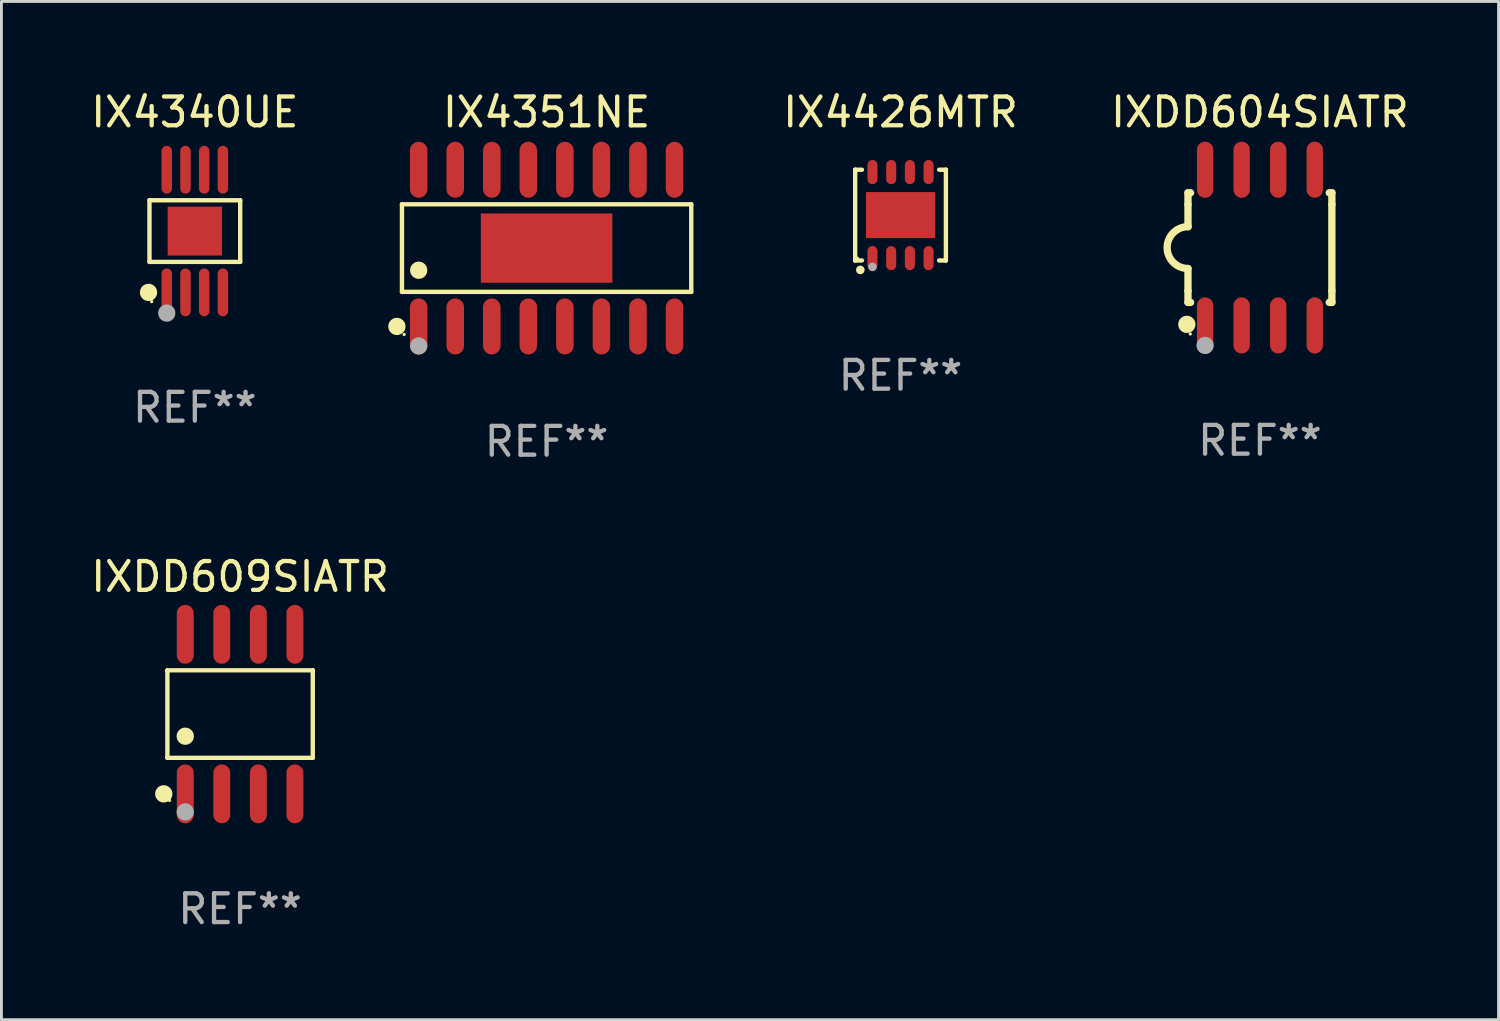
<source format=kicad_pcb>
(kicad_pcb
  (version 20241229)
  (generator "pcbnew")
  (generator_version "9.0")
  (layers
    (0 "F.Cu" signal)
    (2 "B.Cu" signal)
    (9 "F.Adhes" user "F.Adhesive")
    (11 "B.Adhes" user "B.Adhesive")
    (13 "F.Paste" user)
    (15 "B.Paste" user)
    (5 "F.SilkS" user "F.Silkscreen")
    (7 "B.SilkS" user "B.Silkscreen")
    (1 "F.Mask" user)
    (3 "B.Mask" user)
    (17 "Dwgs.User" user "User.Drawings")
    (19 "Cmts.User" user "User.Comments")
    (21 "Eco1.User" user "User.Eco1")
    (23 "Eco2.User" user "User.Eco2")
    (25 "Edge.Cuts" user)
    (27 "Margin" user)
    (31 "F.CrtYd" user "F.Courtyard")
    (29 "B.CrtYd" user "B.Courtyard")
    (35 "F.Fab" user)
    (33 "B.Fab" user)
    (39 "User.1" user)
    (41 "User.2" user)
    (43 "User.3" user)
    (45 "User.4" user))
  (footprint "IX4426MTR"
    (layer "F.Cu")
    (at 28.241 4.424)
    (property "Reference" "IX4426MTR" (at 0 -3.576 0) (layer "F.SilkS") (effects (font (size 1 1) (thickness 0.15))))
    (attr through_hole)
    (fp_line (start -1.576 -1.576) (end -1.576 -1.576) (stroke (width 0.152) (type solid)) (layer "F.SilkS"))
    (fp_line (start -1.576 -1.576) (end -1.341 -1.576) (stroke (width 0.152) (type solid)) (layer "F.SilkS"))
    (fp_line (start -1.576 1.576) (end -1.576 -1.576) (stroke (width 0.152) (type solid)) (layer "F.SilkS"))
    (fp_line (start -1.576 1.576) (end -1.576 1.576) (stroke (width 0.152) (type solid)) (layer "F.SilkS"))
    (fp_line (start -1.341 1.576) (end -1.576 1.576) (stroke (width 0.152) (type solid)) (layer "F.SilkS"))
    (fp_line (start 1.341 1.576) (end 1.576 1.576) (stroke (width 0.152) (type solid)) (layer "F.SilkS"))
    (fp_line (start 1.576 -1.576) (end 1.341 -1.576) (stroke (width 0.152) (type solid)) (layer "F.SilkS"))
    (fp_line (start 1.576 -1.576) (end 1.576 -1.576) (stroke (width 0.152) (type solid)) (layer "F.SilkS"))
    (fp_line (start 1.576 1.576) (end 1.576 -1.576) (stroke (width 0.152) (type solid)) (layer "F.SilkS"))
    (fp_line (start 1.576 1.576) (end 1.576 1.576) (stroke (width 0.152) (type solid)) (layer "F.SilkS"))
    (fp_circle (center -1.5 1.5) (end -1.47 1.5) (stroke (width 0.06) (type solid)) (fill no) (layer "F.SilkS"))
    (fp_circle (center -1.397 1.905) (end -1.322 1.905) (stroke (width 0.15) (type solid)) (fill no) (layer "F.SilkS"))
    (fp_circle (center -0.975 1.8) (end -0.9 1.8) (stroke (width 0.15) (type solid)) (fill no) (layer "F.Fab"))
    (fp_text user "REF**" (at 0 5.576 0) (layer "F.Fab") (effects (font (size 1 1) (thickness 0.15))))
    (pad "1" smd oval (at -0.975 1.495) (size 0.35 0.84) (layers "F.Cu" "F.Mask" "F.Paste"))
    (pad "2" smd oval (at -0.325 1.495) (size 0.35 0.84) (layers "F.Cu" "F.Mask" "F.Paste"))
    (pad "3" smd oval (at 0.325 1.495) (size 0.35 0.84) (layers "F.Cu" "F.Mask" "F.Paste"))
    (pad "4" smd oval (at 0.975 1.495) (size 0.35 0.84) (layers "F.Cu" "F.Mask" "F.Paste"))
    (pad "5" smd oval (at 0.975 -1.495) (size 0.35 0.84) (layers "F.Cu" "F.Mask" "F.Paste"))
    (pad "6" smd oval (at 0.325 -1.495) (size 0.35 0.84) (layers "F.Cu" "F.Mask" "F.Paste"))
    (pad "7" smd oval (at -0.325 -1.495) (size 0.35 0.84) (layers "F.Cu" "F.Mask" "F.Paste"))
    (pad "8" smd oval (at -0.975 -1.495) (size 0.35 0.84) (layers "F.Cu" "F.Mask" "F.Paste"))
    (pad "9" smd rect (at 0 0) (size 2.4 1.6) (layers "F.Cu" "F.Mask" "F.Paste")))
  (footprint "IXDD609SIATR"
    (layer "F.Cu")
    (at 5.292 21.762)
    (property "Reference" "IXDD609SIATR" (at 0 -4.772 0) (layer "F.SilkS") (effects (font (size 1 1) (thickness 0.15))))
    (attr through_hole)
    (fp_line (start -2.526 -1.521) (end 2.526 -1.521) (stroke (width 0.152) (type solid)) (layer "F.SilkS"))
    (fp_line (start -2.526 1.521) (end -2.526 -1.521) (stroke (width 0.152) (type solid)) (layer "F.SilkS"))
    (fp_line (start 2.526 -1.521) (end 2.526 1.521) (stroke (width 0.152) (type solid)) (layer "F.SilkS"))
    (fp_line (start 2.526 1.521) (end -2.526 1.521) (stroke (width 0.152) (type solid)) (layer "F.SilkS"))
    (fp_circle (center -2.652 2.772) (end -2.501 2.772) (stroke (width 0.3) (type solid)) (fill no) (layer "F.SilkS"))
    (fp_circle (center -2.45 3) (end -2.42 3) (stroke (width 0.06) (type solid)) (fill no) (layer "F.SilkS"))
    (fp_circle (center -1.905 0.769) (end -1.755 0.769) (stroke (width 0.3) (type solid)) (fill no) (layer "F.SilkS"))
    (fp_circle (center -1.905 3.4) (end -1.755 3.4) (stroke (width 0.3) (type solid)) (fill no) (layer "F.Fab"))
    (fp_text user "REF**" (at 0 6.772 0) (layer "F.Fab") (effects (font (size 1 1) (thickness 0.15))))
    (pad "1" smd oval (at -1.905 2.772) (size 0.588 2.045) (layers "F.Cu" "F.Mask" "F.Paste"))
    (pad "2" smd oval (at -0.635 2.772) (size 0.588 2.045) (layers "F.Cu" "F.Mask" "F.Paste"))
    (pad "3" smd oval (at 0.635 2.772) (size 0.588 2.045) (layers "F.Cu" "F.Mask" "F.Paste"))
    (pad "4" smd oval (at 1.905 2.772) (size 0.588 2.045) (layers "F.Cu" "F.Mask" "F.Paste"))
    (pad "5" smd oval (at 1.905 -2.772) (size 0.588 2.045) (layers "F.Cu" "F.Mask" "F.Paste"))
    (pad "6" smd oval (at 0.635 -2.772) (size 0.588 2.045) (layers "F.Cu" "F.Mask" "F.Paste"))
    (pad "7" smd oval (at -0.635 -2.772) (size 0.588 2.045) (layers "F.Cu" "F.Mask" "F.Paste"))
    (pad "8" smd oval (at -1.905 -2.772) (size 0.588 2.045) (layers "F.Cu" "F.Mask" "F.Paste")))
  (footprint "IXDD604SIATR"
    (layer "F.Cu")
    (at 40.729 5.553)
    (property "Reference" "IXDD604SIATR" (at 0 -4.705 0) (layer "F.SilkS") (effects (font (size 1 1) (thickness 0.15))))
    (attr through_hole)
    (fp_line (start -2.5 -1.905) (end -2.409 -1.905) (stroke (width 0.254) (type solid)) (layer "F.SilkS"))
    (fp_line (start -2.5 -1.5) (end -2.5 -1.905) (stroke (width 0.254) (type solid)) (layer "F.SilkS"))
    (fp_line (start -2.5 -1.5) (end -2.5 -0.726) (stroke (width 0.254) (type solid)) (layer "F.SilkS"))
    (fp_line (start -2.5 1.5) (end -2.5 0.727) (stroke (width 0.254) (type solid)) (layer "F.SilkS"))
    (fp_line (start -2.5 1.5) (end -2.5 1.905) (stroke (width 0.254) (type solid)) (layer "F.SilkS"))
    (fp_line (start -2.5 1.905) (end -2.409 1.905) (stroke (width 0.254) (type solid)) (layer "F.SilkS"))
    (fp_line (start 2.5 -1.905) (end 2.409 -1.905) (stroke (width 0.254) (type solid)) (layer "F.SilkS"))
    (fp_line (start 2.5 -1.5) (end 2.5 -1.905) (stroke (width 0.254) (type solid)) (layer "F.SilkS"))
    (fp_line (start 2.5 -1.5) (end 2.5 1.5) (stroke (width 0.254) (type solid)) (layer "F.SilkS"))
    (fp_line (start 2.5 1.5) (end 2.5 1.905) (stroke (width 0.254) (type solid)) (layer "F.SilkS"))
    (fp_line (start 2.5 1.905) (end 2.409 1.905) (stroke (width 0.254) (type solid)) (layer "F.SilkS"))
    (fp_arc (start -2.5 0.726568) (mid -3.220316 -0.0023) (end -2.495097 -0.726289) (stroke (width 0.254001) (type solid)) (layer "F.SilkS"))
    (fp_circle (center -2.54 2.667) (end -2.39 2.667) (stroke (width 0.3) (type solid)) (fill no) (layer "F.SilkS"))
    (fp_circle (center -2.42 3) (end -2.39 3) (stroke (width 0.06) (type solid)) (fill no) (layer "F.SilkS"))
    (fp_circle (center -1.905 3.4) (end -1.755 3.4) (stroke (width 0.3) (type solid)) (fill no) (layer "F.Fab"))
    (fp_text user "REF**" (at 0 6.705 0) (layer "F.Fab") (effects (font (size 1 1) (thickness 0.15))))
    (pad "1" smd oval (at -1.905 2.705) (size 0.568 1.95) (layers "F.Cu" "F.Mask" "F.Paste"))
    (pad "2" smd oval (at -0.635 2.705) (size 0.568 1.95) (layers "F.Cu" "F.Mask" "F.Paste"))
    (pad "3" smd oval (at 0.635 2.705) (size 0.568 1.95) (layers "F.Cu" "F.Mask" "F.Paste"))
    (pad "4" smd oval (at 1.905 2.705) (size 0.568 1.95) (layers "F.Cu" "F.Mask" "F.Paste"))
    (pad "5" smd oval (at 1.905 -2.705) (size 0.568 1.95) (layers "F.Cu" "F.Mask" "F.Paste"))
    (pad "6" smd oval (at 0.635 -2.705) (size 0.568 1.95) (layers "F.Cu" "F.Mask" "F.Paste"))
    (pad "7" smd oval (at -0.635 -2.705) (size 0.568 1.95) (layers "F.Cu" "F.Mask" "F.Paste"))
    (pad "8" smd oval (at -1.905 -2.705) (size 0.568 1.95) (layers "F.Cu" "F.Mask" "F.Paste")))
  (footprint "IX4351NE"
    (layer "F.Cu")
    (at 15.943 5.571)
    (property "Reference" "IX4351NE" (at 0 -4.722 0) (layer "F.SilkS") (effects (font (size 1 1) (thickness 0.15))))
    (attr through_hole)
    (fp_line (start -5.026 -1.522) (end 5.026 -1.522) (stroke (width 0.152) (type solid)) (layer "F.SilkS"))
    (fp_line (start -5.026 1.521) (end -5.026 -1.522) (stroke (width 0.152) (type solid)) (layer "F.SilkS"))
    (fp_line (start 5.026 -1.522) (end 5.026 1.521) (stroke (width 0.152) (type solid)) (layer "F.SilkS"))
    (fp_line (start 5.026 1.521) (end -5.026 1.521) (stroke (width 0.152) (type solid)) (layer "F.SilkS"))
    (fp_circle (center -5.202 2.722) (end -5.052 2.722) (stroke (width 0.3) (type solid)) (fill no) (layer "F.SilkS"))
    (fp_circle (center -4.95 3) (end -4.92 3) (stroke (width 0.06) (type solid)) (fill no) (layer "F.SilkS"))
    (fp_circle (center -4.445 0.769) (end -4.295 0.769) (stroke (width 0.3) (type solid)) (fill no) (layer "F.SilkS"))
    (fp_circle (center -4.445 3.4) (end -4.295 3.4) (stroke (width 0.3) (type solid)) (fill no) (layer "F.Fab"))
    (fp_text user "REF**" (at 0 6.722 0) (layer "F.Fab") (effects (font (size 1 1) (thickness 0.15))))
    (pad "1" smd oval (at -4.445 2.722) (size 0.609 1.945) (layers "F.Cu" "F.Mask" "F.Paste"))
    (pad "2" smd oval (at -3.175 2.722) (size 0.609 1.945) (layers "F.Cu" "F.Mask" "F.Paste"))
    (pad "3" smd oval (at -1.905 2.722) (size 0.609 1.945) (layers "F.Cu" "F.Mask" "F.Paste"))
    (pad "4" smd oval (at -0.635 2.722) (size 0.609 1.945) (layers "F.Cu" "F.Mask" "F.Paste"))
    (pad "5" smd oval (at 0.635 2.722) (size 0.609 1.945) (layers "F.Cu" "F.Mask" "F.Paste"))
    (pad "6" smd oval (at 1.905 2.722) (size 0.609 1.945) (layers "F.Cu" "F.Mask" "F.Paste"))
    (pad "7" smd oval (at 3.175 2.722) (size 0.609 1.945) (layers "F.Cu" "F.Mask" "F.Paste"))
    (pad "8" smd oval (at 4.445 2.722) (size 0.609 1.945) (layers "F.Cu" "F.Mask" "F.Paste"))
    (pad "9" smd oval (at 4.445 -2.722) (size 0.609 1.945) (layers "F.Cu" "F.Mask" "F.Paste"))
    (pad "10" smd oval (at 3.175 -2.722) (size 0.609 1.945) (layers "F.Cu" "F.Mask" "F.Paste"))
    (pad "11" smd oval (at 1.905 -2.722) (size 0.609 1.945) (layers "F.Cu" "F.Mask" "F.Paste"))
    (pad "12" smd oval (at 0.635 -2.722) (size 0.609 1.945) (layers "F.Cu" "F.Mask" "F.Paste"))
    (pad "13" smd oval (at -0.635 -2.722) (size 0.609 1.945) (layers "F.Cu" "F.Mask" "F.Paste"))
    (pad "14" smd oval (at -1.905 -2.722) (size 0.609 1.945) (layers "F.Cu" "F.Mask" "F.Paste"))
    (pad "15" smd oval (at -3.175 -2.722) (size 0.609 1.945) (layers "F.Cu" "F.Mask" "F.Paste"))
    (pad "16" smd oval (at -4.445 -2.722) (size 0.609 1.945) (layers "F.Cu" "F.Mask" "F.Paste"))
    (pad "17" smd rect (at 0 -0.000127) (size 4.57 2.41) (layers "F.Cu" "F.Mask" "F.Paste")))
  (footprint "IX4340UE"
    (layer "F.Cu")
    (at 3.72 4.979)
    (property "Reference" "IX4340UE" (at 0 -4.131 0) (layer "F.SilkS") (effects (font (size 1 1) (thickness 0.15))))
    (attr through_hole)
    (fp_line (start -1.576 -1.071) (end 1.576 -1.071) (stroke (width 0.152) (type solid)) (layer "F.SilkS"))
    (fp_line (start -1.576 1.071) (end -1.576 -1.071) (stroke (width 0.152) (type solid)) (layer "F.SilkS"))
    (fp_line (start 1.576 -1.071) (end 1.576 1.071) (stroke (width 0.152) (type solid)) (layer "F.SilkS"))
    (fp_line (start 1.576 1.071) (end -1.576 1.071) (stroke (width 0.152) (type solid)) (layer "F.SilkS"))
    (fp_circle (center -1.609 2.131) (end -1.459 2.131) (stroke (width 0.3) (type solid)) (fill no) (layer "F.SilkS"))
    (fp_circle (center -1.5 2.45) (end -1.47 2.45) (stroke (width 0.06) (type solid)) (fill no) (layer "F.SilkS"))
    (fp_circle (center -0.975 2.85) (end -0.825 2.85) (stroke (width 0.3) (type solid)) (fill no) (layer "F.Fab"))
    (fp_text user "REF**" (at 0 6.131 0) (layer "F.Fab") (effects (font (size 1 1) (thickness 0.15))))
    (pad "1" smd oval (at -0.975 2.131) (size 0.364 1.662) (layers "F.Cu" "F.Mask" "F.Paste"))
    (pad "2" smd oval (at -0.325 2.131) (size 0.364 1.662) (layers "F.Cu" "F.Mask" "F.Paste"))
    (pad "3" smd oval (at 0.325 2.131) (size 0.364 1.662) (layers "F.Cu" "F.Mask" "F.Paste"))
    (pad "4" smd oval (at 0.975 2.131) (size 0.364 1.662) (layers "F.Cu" "F.Mask" "F.Paste"))
    (pad "5" smd oval (at 0.975 -2.131) (size 0.364 1.662) (layers "F.Cu" "F.Mask" "F.Paste"))
    (pad "6" smd oval (at 0.325 -2.131) (size 0.364 1.662) (layers "F.Cu" "F.Mask" "F.Paste"))
    (pad "7" smd oval (at -0.325 -2.131) (size 0.364 1.662) (layers "F.Cu" "F.Mask" "F.Paste"))
    (pad "8" smd oval (at -0.975 -2.131) (size 0.364 1.662) (layers "F.Cu" "F.Mask" "F.Paste"))
    (pad "9" smd rect (at 0 0) (size 1.89 1.7) (layers "F.Cu" "F.Mask" "F.Paste")))
  (gr_rect
    (start -3 -3)
    (end 49.021 32.382)
    (stroke (width 0.1) (type default))
    (fill no)
    (layer "Edge.Cuts")))
</source>
